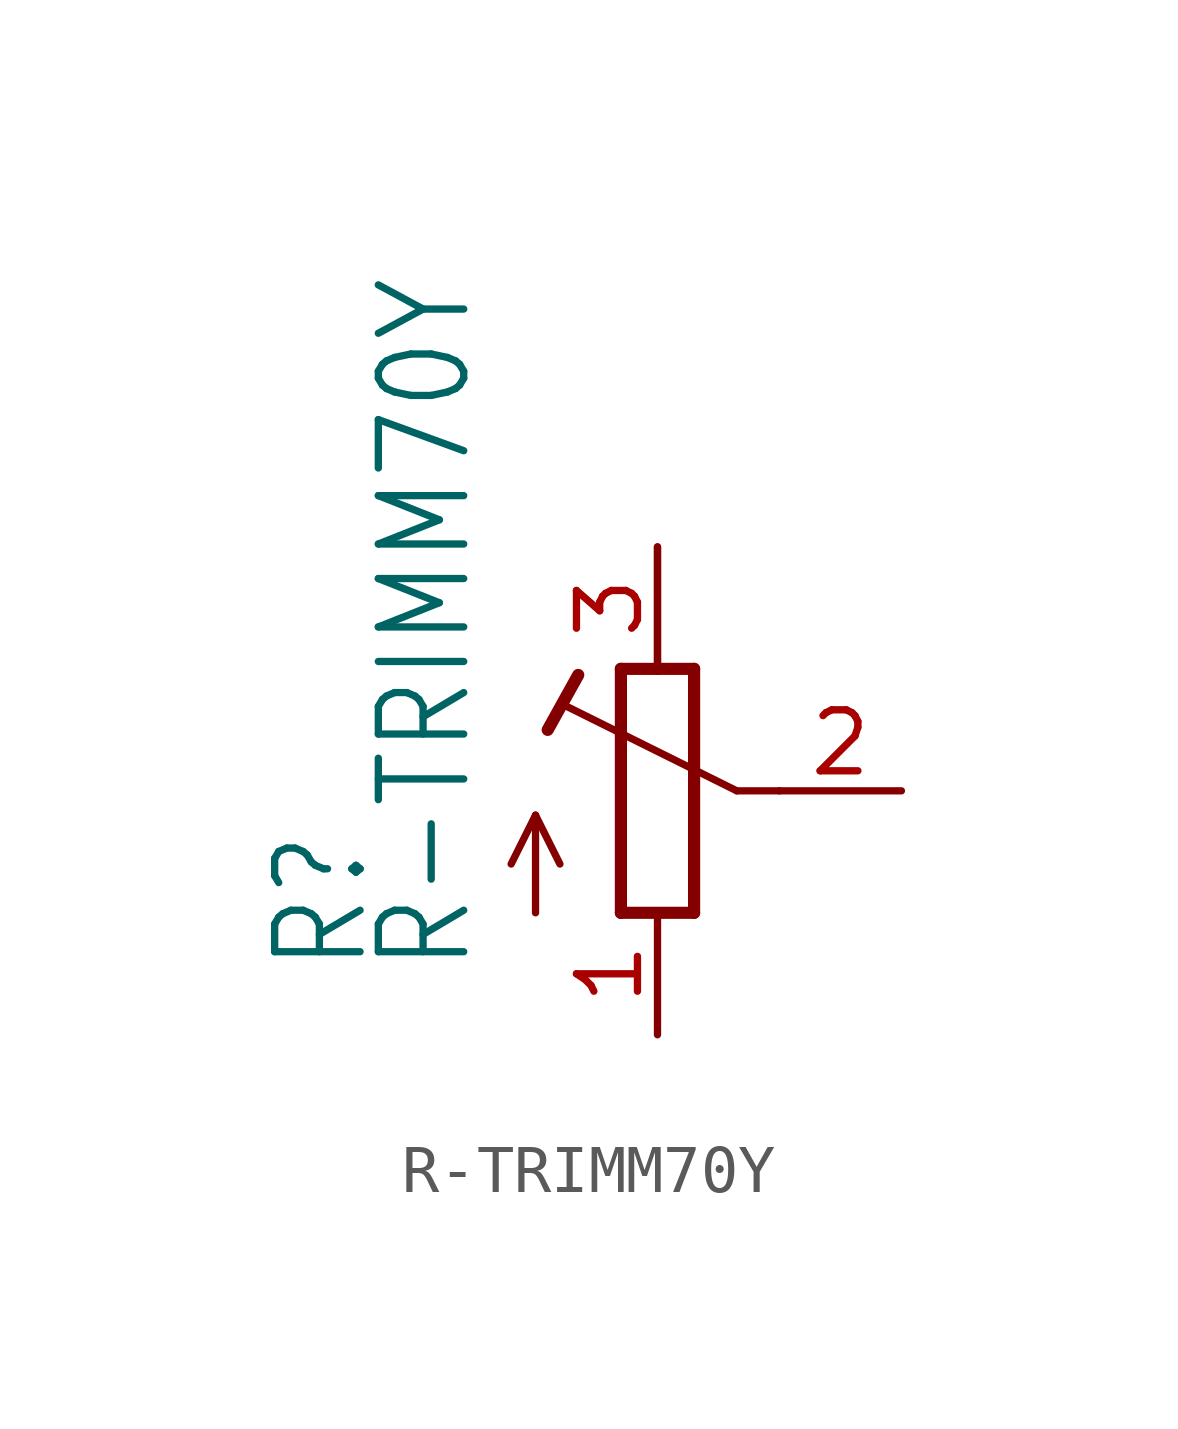
<source format=kicad_sym>
(kicad_symbol_lib
  (version 20220331)
  (generator kicad_symbol_editor)
  (symbol "R-TRIMM70Y"
    (property "Reference" "R"
      (at -5.969 -3.81 90)
      (effects (font (size 1.778 1.511)) (justify left bottom)))
    (property "Value" "R-TRIMM70Y"
      (at -3.81 -3.81 90)
      (effects (font (size 1.778 1.511)) (justify left bottom)))
    (property "ki_locked" ""
      (at 0 0 0)
      (effects (font (size 1.27 1.27))))
    (symbol "R-TRIMM70Y_1_0"
      (polyline (pts (xy -2.54 -2.54) (xy -2.54 -0.508)) (stroke (width 0.152) (type solid)) (fill (type none)))
      (polyline (pts (xy -2.54 -0.508) (xy -3.048 -1.524)) (stroke (width 0.152) (type solid)) (fill (type none)))
      (polyline (pts (xy -2.54 -0.508) (xy -2.032 -1.524)) (stroke (width 0.152) (type solid)) (fill (type none)))
      (polyline (pts (xy -2.286 1.27) (xy -1.651 2.413)) (stroke (width 0.254) (type solid)) (fill (type none)))
      (polyline (pts (xy -0.762 -2.54) (xy 0.762 -2.54)) (stroke (width 0.254) (type solid)) (fill (type none)))
      (polyline (pts (xy -0.762 2.54) (xy -0.762 -2.54)) (stroke (width 0.254) (type solid)) (fill (type none)))
      (polyline (pts (xy 0 2.54) (xy -0.762 2.54)) (stroke (width 0.254) (type solid)) (fill (type none)))
      (polyline (pts (xy 0 2.54) (xy 0 5.08)) (stroke (width 0.152) (type solid)) (fill (type none)))
      (polyline (pts (xy 0.762 -2.54) (xy 0.762 2.54)) (stroke (width 0.254) (type solid)) (fill (type none)))
      (polyline (pts (xy 0.762 2.54) (xy 0 2.54)) (stroke (width 0.254) (type solid)) (fill (type none)))
      (polyline (pts (xy 1.651 0) (xy -1.88 1.753)) (stroke (width 0.152) (type solid)) (fill (type none)))
      (polyline (pts (xy 2.54 0) (xy 1.651 0)) (stroke (width 0.152) (type solid)) (fill (type none)))
      (pin passive line (at 0 -5.08 90) (length 2.54) (name "E" (effects (font (size 0 0)))) (number "1" (effects (font (size 1.27 1.27)))))
      (pin passive line (at 5.08 0 180) (length 2.54) (name "S" (effects (font (size 0 0)))) (number "2" (effects (font (size 1.27 1.27)))))
      (pin passive line (at 0 5.08 270) (length 2.54) (name "A" (effects (font (size 0 0)))) (number "3" (effects (font (size 1.27 1.27))))))))
</source>
